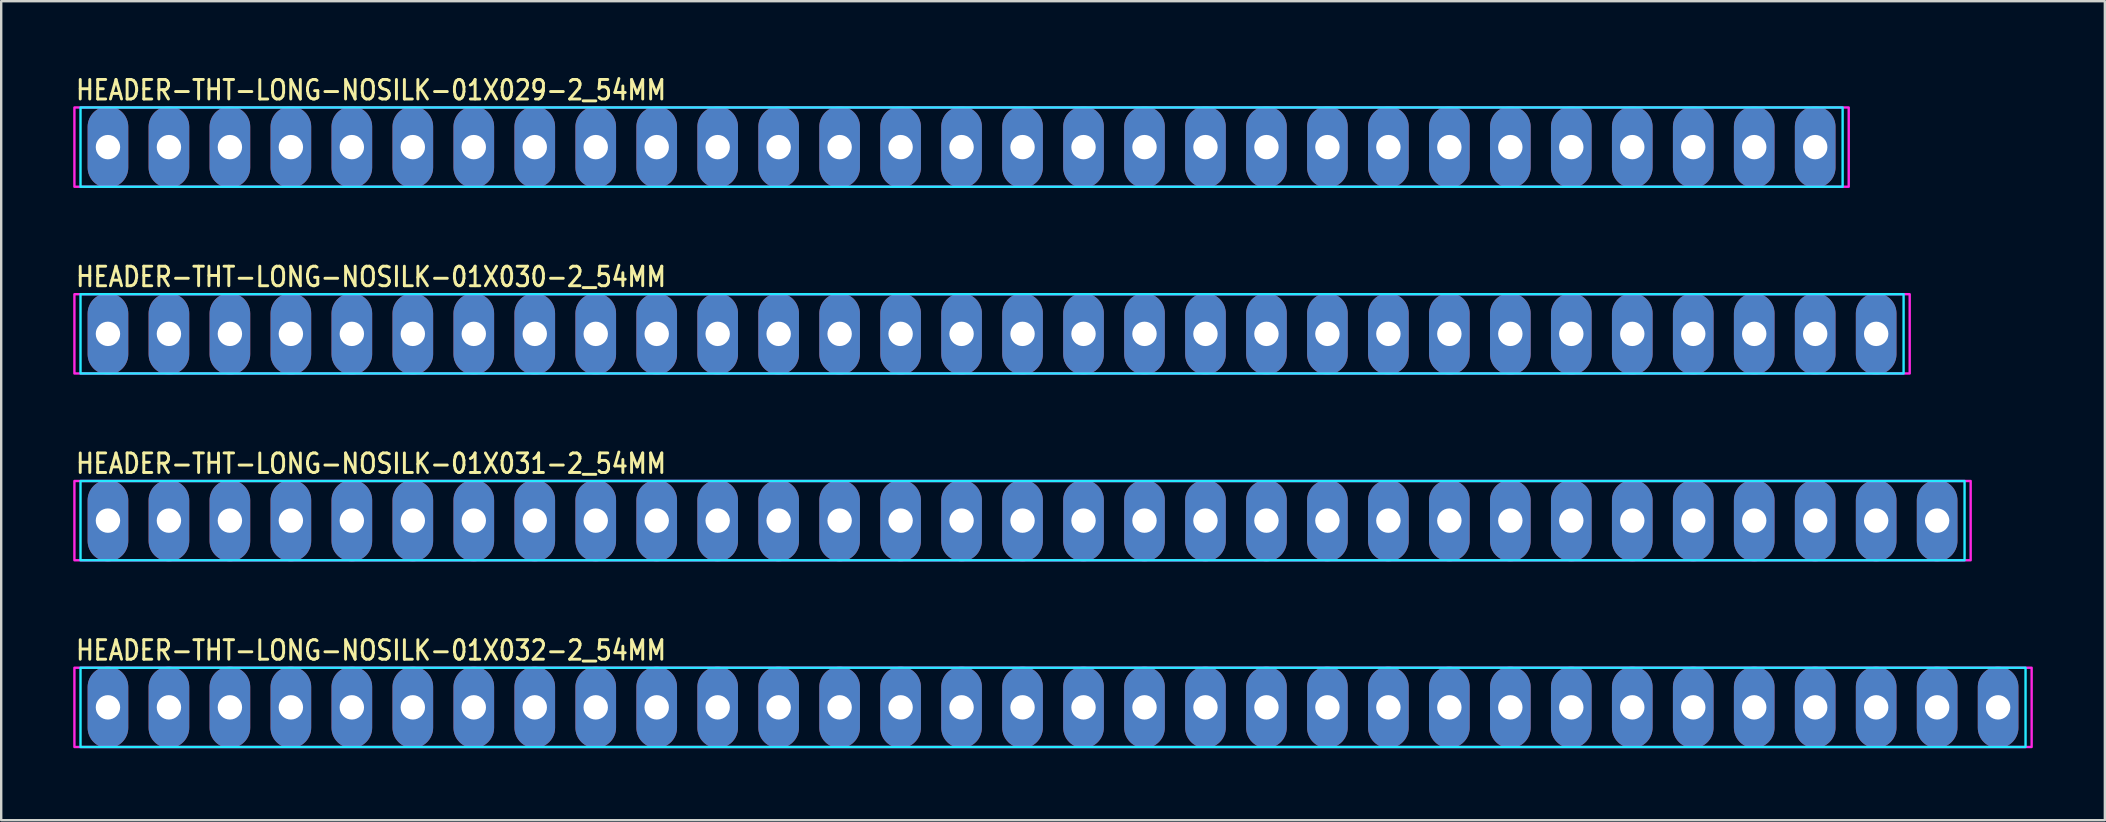
<source format=kicad_pcb>
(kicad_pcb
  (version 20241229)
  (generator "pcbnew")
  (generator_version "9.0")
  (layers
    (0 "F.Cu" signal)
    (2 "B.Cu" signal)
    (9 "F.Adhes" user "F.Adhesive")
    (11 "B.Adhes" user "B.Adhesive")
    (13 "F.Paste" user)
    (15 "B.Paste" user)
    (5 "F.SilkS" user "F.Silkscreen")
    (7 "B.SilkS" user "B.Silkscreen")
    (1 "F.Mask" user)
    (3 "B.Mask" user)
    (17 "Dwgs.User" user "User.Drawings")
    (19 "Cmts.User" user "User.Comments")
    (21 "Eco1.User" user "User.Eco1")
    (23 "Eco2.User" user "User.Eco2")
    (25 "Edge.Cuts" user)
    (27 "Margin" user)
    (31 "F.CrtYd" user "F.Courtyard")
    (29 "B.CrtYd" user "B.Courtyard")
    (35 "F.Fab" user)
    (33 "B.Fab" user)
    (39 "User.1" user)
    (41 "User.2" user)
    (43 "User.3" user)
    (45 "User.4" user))
  (footprint "HEADER-THT-LONG-NOSILK-01X031-2_54MM"
    (layer "F.Cu")
    (at 1.447 18.638)
    (property "Reference" "HEADER-THT-LONG-NOSILK-01X031-2_54MM" (at -1.4 -1.9 0) (unlocked yes) (layer "F.SilkS") (effects (font (size 0.813 0.695) (thickness 0.122)) (justify left bottom)))
    (fp_poly (pts (xy -1.143 -1.651) (xy 77.343 -1.651) (xy 77.343 1.651) (xy -1.143 1.651)) (stroke (width 0.1) (type solid)) (fill no) (layer "B.CrtYd"))
    (fp_poly (pts (xy -1.397 -1.651) (xy 77.597 -1.651) (xy 77.597 1.651) (xy -1.397 1.651)) (stroke (width 0.1) (type solid)) (fill no) (layer "F.CrtYd"))
    (pad "1" thru_hole oval (at 0 0 90) (size 3.387 1.693) (drill 1.016) (layers "*.Cu" "*.Mask"))
    (pad "2" thru_hole oval (at 2.54 0 90) (size 3.387 1.693) (drill 1.016) (layers "*.Cu" "*.Mask"))
    (pad "3" thru_hole oval (at 5.08 0 90) (size 3.387 1.693) (drill 1.016) (layers "*.Cu" "*.Mask"))
    (pad "4" thru_hole oval (at 7.62 0 90) (size 3.387 1.693) (drill 1.016) (layers "*.Cu" "*.Mask"))
    (pad "5" thru_hole oval (at 10.16 0 90) (size 3.387 1.693) (drill 1.016) (layers "*.Cu" "*.Mask"))
    (pad "6" thru_hole oval (at 12.7 0 90) (size 3.387 1.693) (drill 1.016) (layers "*.Cu" "*.Mask"))
    (pad "7" thru_hole oval (at 15.24 0 90) (size 3.387 1.693) (drill 1.016) (layers "*.Cu" "*.Mask"))
    (pad "8" thru_hole oval (at 17.78 0 90) (size 3.387 1.693) (drill 1.016) (layers "*.Cu" "*.Mask"))
    (pad "9" thru_hole oval (at 20.32 0 90) (size 3.387 1.693) (drill 1.016) (layers "*.Cu" "*.Mask"))
    (pad "10" thru_hole oval (at 22.86 0 90) (size 3.387 1.693) (drill 1.016) (layers "*.Cu" "*.Mask"))
    (pad "11" thru_hole oval (at 25.4 0 90) (size 3.387 1.693) (drill 1.016) (layers "*.Cu" "*.Mask"))
    (pad "12" thru_hole oval (at 27.94 0 90) (size 3.387 1.693) (drill 1.016) (layers "*.Cu" "*.Mask"))
    (pad "13" thru_hole oval (at 30.48 0 90) (size 3.387 1.693) (drill 1.016) (layers "*.Cu" "*.Mask"))
    (pad "14" thru_hole oval (at 33.02 0 90) (size 3.387 1.693) (drill 1.016) (layers "*.Cu" "*.Mask"))
    (pad "15" thru_hole oval (at 35.56 0 90) (size 3.387 1.693) (drill 1.016) (layers "*.Cu" "*.Mask"))
    (pad "16" thru_hole oval (at 38.1 0 90) (size 3.387 1.693) (drill 1.016) (layers "*.Cu" "*.Mask"))
    (pad "17" thru_hole oval (at 40.64 0 90) (size 3.387 1.693) (drill 1.016) (layers "*.Cu" "*.Mask"))
    (pad "18" thru_hole oval (at 43.18 0 90) (size 3.387 1.693) (drill 1.016) (layers "*.Cu" "*.Mask"))
    (pad "19" thru_hole oval (at 45.72 0 90) (size 3.387 1.693) (drill 1.016) (layers "*.Cu" "*.Mask"))
    (pad "20" thru_hole oval (at 48.26 0 90) (size 3.387 1.693) (drill 1.016) (layers "*.Cu" "*.Mask"))
    (pad "21" thru_hole oval (at 50.8 0 90) (size 3.387 1.693) (drill 1.016) (layers "*.Cu" "*.Mask"))
    (pad "22" thru_hole oval (at 53.34 0 90) (size 3.387 1.693) (drill 1.016) (layers "*.Cu" "*.Mask"))
    (pad "23" thru_hole oval (at 55.88 0 90) (size 3.387 1.693) (drill 1.016) (layers "*.Cu" "*.Mask"))
    (pad "24" thru_hole oval (at 58.42 0 90) (size 3.387 1.693) (drill 1.016) (layers "*.Cu" "*.Mask"))
    (pad "25" thru_hole oval (at 60.96 0 90) (size 3.387 1.693) (drill 1.016) (layers "*.Cu" "*.Mask"))
    (pad "26" thru_hole oval (at 63.5 0 90) (size 3.387 1.693) (drill 1.016) (layers "*.Cu" "*.Mask"))
    (pad "27" thru_hole oval (at 66.04 0 90) (size 3.387 1.693) (drill 1.016) (layers "*.Cu" "*.Mask"))
    (pad "28" thru_hole oval (at 68.58 0 90) (size 3.387 1.693) (drill 1.016) (layers "*.Cu" "*.Mask"))
    (pad "29" thru_hole oval (at 71.12 0 90) (size 3.387 1.693) (drill 1.016) (layers "*.Cu" "*.Mask"))
    (pad "30" thru_hole oval (at 73.66 0 90) (size 3.387 1.693) (drill 1.016) (layers "*.Cu" "*.Mask"))
    (pad "31" thru_hole oval (at 76.2 0 90) (size 3.387 1.693) (drill 1.016) (layers "*.Cu" "*.Mask")))
  (footprint "HEADER-THT-LONG-NOSILK-01X032-2_54MM"
    (layer "F.Cu")
    (at 1.447 26.417)
    (property "Reference" "HEADER-THT-LONG-NOSILK-01X032-2_54MM" (at -1.4 -1.9 0) (unlocked yes) (layer "F.SilkS") (effects (font (size 0.813 0.695) (thickness 0.122)) (justify left bottom)))
    (fp_poly (pts (xy -1.143 -1.651) (xy 79.883 -1.651) (xy 79.883 1.651) (xy -1.143 1.651)) (stroke (width 0.1) (type solid)) (fill no) (layer "B.CrtYd"))
    (fp_poly (pts (xy -1.397 -1.651) (xy 80.137 -1.651) (xy 80.137 1.651) (xy -1.397 1.651)) (stroke (width 0.1) (type solid)) (fill no) (layer "F.CrtYd"))
    (pad "1" thru_hole oval (at 0 0 90) (size 3.387 1.693) (drill 1.016) (layers "*.Cu" "*.Mask"))
    (pad "2" thru_hole oval (at 2.54 0 90) (size 3.387 1.693) (drill 1.016) (layers "*.Cu" "*.Mask"))
    (pad "3" thru_hole oval (at 5.08 0 90) (size 3.387 1.693) (drill 1.016) (layers "*.Cu" "*.Mask"))
    (pad "4" thru_hole oval (at 7.62 0 90) (size 3.387 1.693) (drill 1.016) (layers "*.Cu" "*.Mask"))
    (pad "5" thru_hole oval (at 10.16 0 90) (size 3.387 1.693) (drill 1.016) (layers "*.Cu" "*.Mask"))
    (pad "6" thru_hole oval (at 12.7 0 90) (size 3.387 1.693) (drill 1.016) (layers "*.Cu" "*.Mask"))
    (pad "7" thru_hole oval (at 15.24 0 90) (size 3.387 1.693) (drill 1.016) (layers "*.Cu" "*.Mask"))
    (pad "8" thru_hole oval (at 17.78 0 90) (size 3.387 1.693) (drill 1.016) (layers "*.Cu" "*.Mask"))
    (pad "9" thru_hole oval (at 20.32 0 90) (size 3.387 1.693) (drill 1.016) (layers "*.Cu" "*.Mask"))
    (pad "10" thru_hole oval (at 22.86 0 90) (size 3.387 1.693) (drill 1.016) (layers "*.Cu" "*.Mask"))
    (pad "11" thru_hole oval (at 25.4 0 90) (size 3.387 1.693) (drill 1.016) (layers "*.Cu" "*.Mask"))
    (pad "12" thru_hole oval (at 27.94 0 90) (size 3.387 1.693) (drill 1.016) (layers "*.Cu" "*.Mask"))
    (pad "13" thru_hole oval (at 30.48 0 90) (size 3.387 1.693) (drill 1.016) (layers "*.Cu" "*.Mask"))
    (pad "14" thru_hole oval (at 33.02 0 90) (size 3.387 1.693) (drill 1.016) (layers "*.Cu" "*.Mask"))
    (pad "15" thru_hole oval (at 35.56 0 90) (size 3.387 1.693) (drill 1.016) (layers "*.Cu" "*.Mask"))
    (pad "16" thru_hole oval (at 38.1 0 90) (size 3.387 1.693) (drill 1.016) (layers "*.Cu" "*.Mask"))
    (pad "17" thru_hole oval (at 40.64 0 90) (size 3.387 1.693) (drill 1.016) (layers "*.Cu" "*.Mask"))
    (pad "18" thru_hole oval (at 43.18 0 90) (size 3.387 1.693) (drill 1.016) (layers "*.Cu" "*.Mask"))
    (pad "19" thru_hole oval (at 45.72 0 90) (size 3.387 1.693) (drill 1.016) (layers "*.Cu" "*.Mask"))
    (pad "20" thru_hole oval (at 48.26 0 90) (size 3.387 1.693) (drill 1.016) (layers "*.Cu" "*.Mask"))
    (pad "21" thru_hole oval (at 50.8 0 90) (size 3.387 1.693) (drill 1.016) (layers "*.Cu" "*.Mask"))
    (pad "22" thru_hole oval (at 53.34 0 90) (size 3.387 1.693) (drill 1.016) (layers "*.Cu" "*.Mask"))
    (pad "23" thru_hole oval (at 55.88 0 90) (size 3.387 1.693) (drill 1.016) (layers "*.Cu" "*.Mask"))
    (pad "24" thru_hole oval (at 58.42 0 90) (size 3.387 1.693) (drill 1.016) (layers "*.Cu" "*.Mask"))
    (pad "25" thru_hole oval (at 60.96 0 90) (size 3.387 1.693) (drill 1.016) (layers "*.Cu" "*.Mask"))
    (pad "26" thru_hole oval (at 63.5 0 90) (size 3.387 1.693) (drill 1.016) (layers "*.Cu" "*.Mask"))
    (pad "27" thru_hole oval (at 66.04 0 90) (size 3.387 1.693) (drill 1.016) (layers "*.Cu" "*.Mask"))
    (pad "28" thru_hole oval (at 68.58 0 90) (size 3.387 1.693) (drill 1.016) (layers "*.Cu" "*.Mask"))
    (pad "29" thru_hole oval (at 71.12 0 90) (size 3.387 1.693) (drill 1.016) (layers "*.Cu" "*.Mask"))
    (pad "30" thru_hole oval (at 73.66 0 90) (size 3.387 1.693) (drill 1.016) (layers "*.Cu" "*.Mask"))
    (pad "31" thru_hole oval (at 76.2 0 90) (size 3.387 1.693) (drill 1.016) (layers "*.Cu" "*.Mask"))
    (pad "32" thru_hole oval (at 78.74 0 90) (size 3.387 1.693) (drill 1.016) (layers "*.Cu" "*.Mask")))
  (footprint "HEADER-THT-LONG-NOSILK-01X030-2_54MM"
    (layer "F.Cu")
    (at 1.447 10.858)
    (property "Reference" "HEADER-THT-LONG-NOSILK-01X030-2_54MM" (at -1.4 -1.9 0) (unlocked yes) (layer "F.SilkS") (effects (font (size 0.813 0.695) (thickness 0.122)) (justify left bottom)))
    (fp_poly (pts (xy -1.143 -1.651) (xy 74.803 -1.651) (xy 74.803 1.651) (xy -1.143 1.651)) (stroke (width 0.1) (type solid)) (fill no) (layer "B.CrtYd"))
    (fp_poly (pts (xy -1.397 -1.651) (xy 75.057 -1.651) (xy 75.057 1.651) (xy -1.397 1.651)) (stroke (width 0.1) (type solid)) (fill no) (layer "F.CrtYd"))
    (pad "1" thru_hole oval (at 0 0 90) (size 3.387 1.693) (drill 1.016) (layers "*.Cu" "*.Mask"))
    (pad "2" thru_hole oval (at 2.54 0 90) (size 3.387 1.693) (drill 1.016) (layers "*.Cu" "*.Mask"))
    (pad "3" thru_hole oval (at 5.08 0 90) (size 3.387 1.693) (drill 1.016) (layers "*.Cu" "*.Mask"))
    (pad "4" thru_hole oval (at 7.62 0 90) (size 3.387 1.693) (drill 1.016) (layers "*.Cu" "*.Mask"))
    (pad "5" thru_hole oval (at 10.16 0 90) (size 3.387 1.693) (drill 1.016) (layers "*.Cu" "*.Mask"))
    (pad "6" thru_hole oval (at 12.7 0 90) (size 3.387 1.693) (drill 1.016) (layers "*.Cu" "*.Mask"))
    (pad "7" thru_hole oval (at 15.24 0 90) (size 3.387 1.693) (drill 1.016) (layers "*.Cu" "*.Mask"))
    (pad "8" thru_hole oval (at 17.78 0 90) (size 3.387 1.693) (drill 1.016) (layers "*.Cu" "*.Mask"))
    (pad "9" thru_hole oval (at 20.32 0 90) (size 3.387 1.693) (drill 1.016) (layers "*.Cu" "*.Mask"))
    (pad "10" thru_hole oval (at 22.86 0 90) (size 3.387 1.693) (drill 1.016) (layers "*.Cu" "*.Mask"))
    (pad "11" thru_hole oval (at 25.4 0 90) (size 3.387 1.693) (drill 1.016) (layers "*.Cu" "*.Mask"))
    (pad "12" thru_hole oval (at 27.94 0 90) (size 3.387 1.693) (drill 1.016) (layers "*.Cu" "*.Mask"))
    (pad "13" thru_hole oval (at 30.48 0 90) (size 3.387 1.693) (drill 1.016) (layers "*.Cu" "*.Mask"))
    (pad "14" thru_hole oval (at 33.02 0 90) (size 3.387 1.693) (drill 1.016) (layers "*.Cu" "*.Mask"))
    (pad "15" thru_hole oval (at 35.56 0 90) (size 3.387 1.693) (drill 1.016) (layers "*.Cu" "*.Mask"))
    (pad "16" thru_hole oval (at 38.1 0 90) (size 3.387 1.693) (drill 1.016) (layers "*.Cu" "*.Mask"))
    (pad "17" thru_hole oval (at 40.64 0 90) (size 3.387 1.693) (drill 1.016) (layers "*.Cu" "*.Mask"))
    (pad "18" thru_hole oval (at 43.18 0 90) (size 3.387 1.693) (drill 1.016) (layers "*.Cu" "*.Mask"))
    (pad "19" thru_hole oval (at 45.72 0 90) (size 3.387 1.693) (drill 1.016) (layers "*.Cu" "*.Mask"))
    (pad "20" thru_hole oval (at 48.26 0 90) (size 3.387 1.693) (drill 1.016) (layers "*.Cu" "*.Mask"))
    (pad "21" thru_hole oval (at 50.8 0 90) (size 3.387 1.693) (drill 1.016) (layers "*.Cu" "*.Mask"))
    (pad "22" thru_hole oval (at 53.34 0 90) (size 3.387 1.693) (drill 1.016) (layers "*.Cu" "*.Mask"))
    (pad "23" thru_hole oval (at 55.88 0 90) (size 3.387 1.693) (drill 1.016) (layers "*.Cu" "*.Mask"))
    (pad "24" thru_hole oval (at 58.42 0 90) (size 3.387 1.693) (drill 1.016) (layers "*.Cu" "*.Mask"))
    (pad "25" thru_hole oval (at 60.96 0 90) (size 3.387 1.693) (drill 1.016) (layers "*.Cu" "*.Mask"))
    (pad "26" thru_hole oval (at 63.5 0 90) (size 3.387 1.693) (drill 1.016) (layers "*.Cu" "*.Mask"))
    (pad "27" thru_hole oval (at 66.04 0 90) (size 3.387 1.693) (drill 1.016) (layers "*.Cu" "*.Mask"))
    (pad "28" thru_hole oval (at 68.58 0 90) (size 3.387 1.693) (drill 1.016) (layers "*.Cu" "*.Mask"))
    (pad "29" thru_hole oval (at 71.12 0 90) (size 3.387 1.693) (drill 1.016) (layers "*.Cu" "*.Mask"))
    (pad "30" thru_hole oval (at 73.66 0 90) (size 3.387 1.693) (drill 1.016) (layers "*.Cu" "*.Mask")))
  (footprint "HEADER-THT-LONG-NOSILK-01X029-2_54MM"
    (layer "F.Cu")
    (at 1.447 3.079)
    (property "Reference" "HEADER-THT-LONG-NOSILK-01X029-2_54MM" (at -1.4 -1.9 0) (unlocked yes) (layer "F.SilkS") (effects (font (size 0.813 0.695) (thickness 0.122)) (justify left bottom)))
    (fp_poly (pts (xy -1.143 -1.651) (xy 72.263 -1.651) (xy 72.263 1.651) (xy -1.143 1.651)) (stroke (width 0.1) (type solid)) (fill no) (layer "B.CrtYd"))
    (fp_poly (pts (xy -1.397 -1.651) (xy 72.517 -1.651) (xy 72.517 1.651) (xy -1.397 1.651)) (stroke (width 0.1) (type solid)) (fill no) (layer "F.CrtYd"))
    (pad "1" thru_hole oval (at 0 0 90) (size 3.387 1.693) (drill 1.016) (layers "*.Cu" "*.Mask"))
    (pad "2" thru_hole oval (at 2.54 0 90) (size 3.387 1.693) (drill 1.016) (layers "*.Cu" "*.Mask"))
    (pad "3" thru_hole oval (at 5.08 0 90) (size 3.387 1.693) (drill 1.016) (layers "*.Cu" "*.Mask"))
    (pad "4" thru_hole oval (at 7.62 0 90) (size 3.387 1.693) (drill 1.016) (layers "*.Cu" "*.Mask"))
    (pad "5" thru_hole oval (at 10.16 0 90) (size 3.387 1.693) (drill 1.016) (layers "*.Cu" "*.Mask"))
    (pad "6" thru_hole oval (at 12.7 0 90) (size 3.387 1.693) (drill 1.016) (layers "*.Cu" "*.Mask"))
    (pad "7" thru_hole oval (at 15.24 0 90) (size 3.387 1.693) (drill 1.016) (layers "*.Cu" "*.Mask"))
    (pad "8" thru_hole oval (at 17.78 0 90) (size 3.387 1.693) (drill 1.016) (layers "*.Cu" "*.Mask"))
    (pad "9" thru_hole oval (at 20.32 0 90) (size 3.387 1.693) (drill 1.016) (layers "*.Cu" "*.Mask"))
    (pad "10" thru_hole oval (at 22.86 0 90) (size 3.387 1.693) (drill 1.016) (layers "*.Cu" "*.Mask"))
    (pad "11" thru_hole oval (at 25.4 0 90) (size 3.387 1.693) (drill 1.016) (layers "*.Cu" "*.Mask"))
    (pad "12" thru_hole oval (at 27.94 0 90) (size 3.387 1.693) (drill 1.016) (layers "*.Cu" "*.Mask"))
    (pad "13" thru_hole oval (at 30.48 0 90) (size 3.387 1.693) (drill 1.016) (layers "*.Cu" "*.Mask"))
    (pad "14" thru_hole oval (at 33.02 0 90) (size 3.387 1.693) (drill 1.016) (layers "*.Cu" "*.Mask"))
    (pad "15" thru_hole oval (at 35.56 0 90) (size 3.387 1.693) (drill 1.016) (layers "*.Cu" "*.Mask"))
    (pad "16" thru_hole oval (at 38.1 0 90) (size 3.387 1.693) (drill 1.016) (layers "*.Cu" "*.Mask"))
    (pad "17" thru_hole oval (at 40.64 0 90) (size 3.387 1.693) (drill 1.016) (layers "*.Cu" "*.Mask"))
    (pad "18" thru_hole oval (at 43.18 0 90) (size 3.387 1.693) (drill 1.016) (layers "*.Cu" "*.Mask"))
    (pad "19" thru_hole oval (at 45.72 0 90) (size 3.387 1.693) (drill 1.016) (layers "*.Cu" "*.Mask"))
    (pad "20" thru_hole oval (at 48.26 0 90) (size 3.387 1.693) (drill 1.016) (layers "*.Cu" "*.Mask"))
    (pad "21" thru_hole oval (at 50.8 0 90) (size 3.387 1.693) (drill 1.016) (layers "*.Cu" "*.Mask"))
    (pad "22" thru_hole oval (at 53.34 0 90) (size 3.387 1.693) (drill 1.016) (layers "*.Cu" "*.Mask"))
    (pad "23" thru_hole oval (at 55.88 0 90) (size 3.387 1.693) (drill 1.016) (layers "*.Cu" "*.Mask"))
    (pad "24" thru_hole oval (at 58.42 0 90) (size 3.387 1.693) (drill 1.016) (layers "*.Cu" "*.Mask"))
    (pad "25" thru_hole oval (at 60.96 0 90) (size 3.387 1.693) (drill 1.016) (layers "*.Cu" "*.Mask"))
    (pad "26" thru_hole oval (at 63.5 0 90) (size 3.387 1.693) (drill 1.016) (layers "*.Cu" "*.Mask"))
    (pad "27" thru_hole oval (at 66.04 0 90) (size 3.387 1.693) (drill 1.016) (layers "*.Cu" "*.Mask"))
    (pad "28" thru_hole oval (at 68.58 0 90) (size 3.387 1.693) (drill 1.016) (layers "*.Cu" "*.Mask"))
    (pad "29" thru_hole oval (at 71.12 0 90) (size 3.387 1.693) (drill 1.016) (layers "*.Cu" "*.Mask")))
  (gr_rect
    (start -3 -3)
    (end 84.634 31.118)
    (stroke (width 0.1) (type default))
    (fill no)
    (layer "Edge.Cuts")))
</source>
